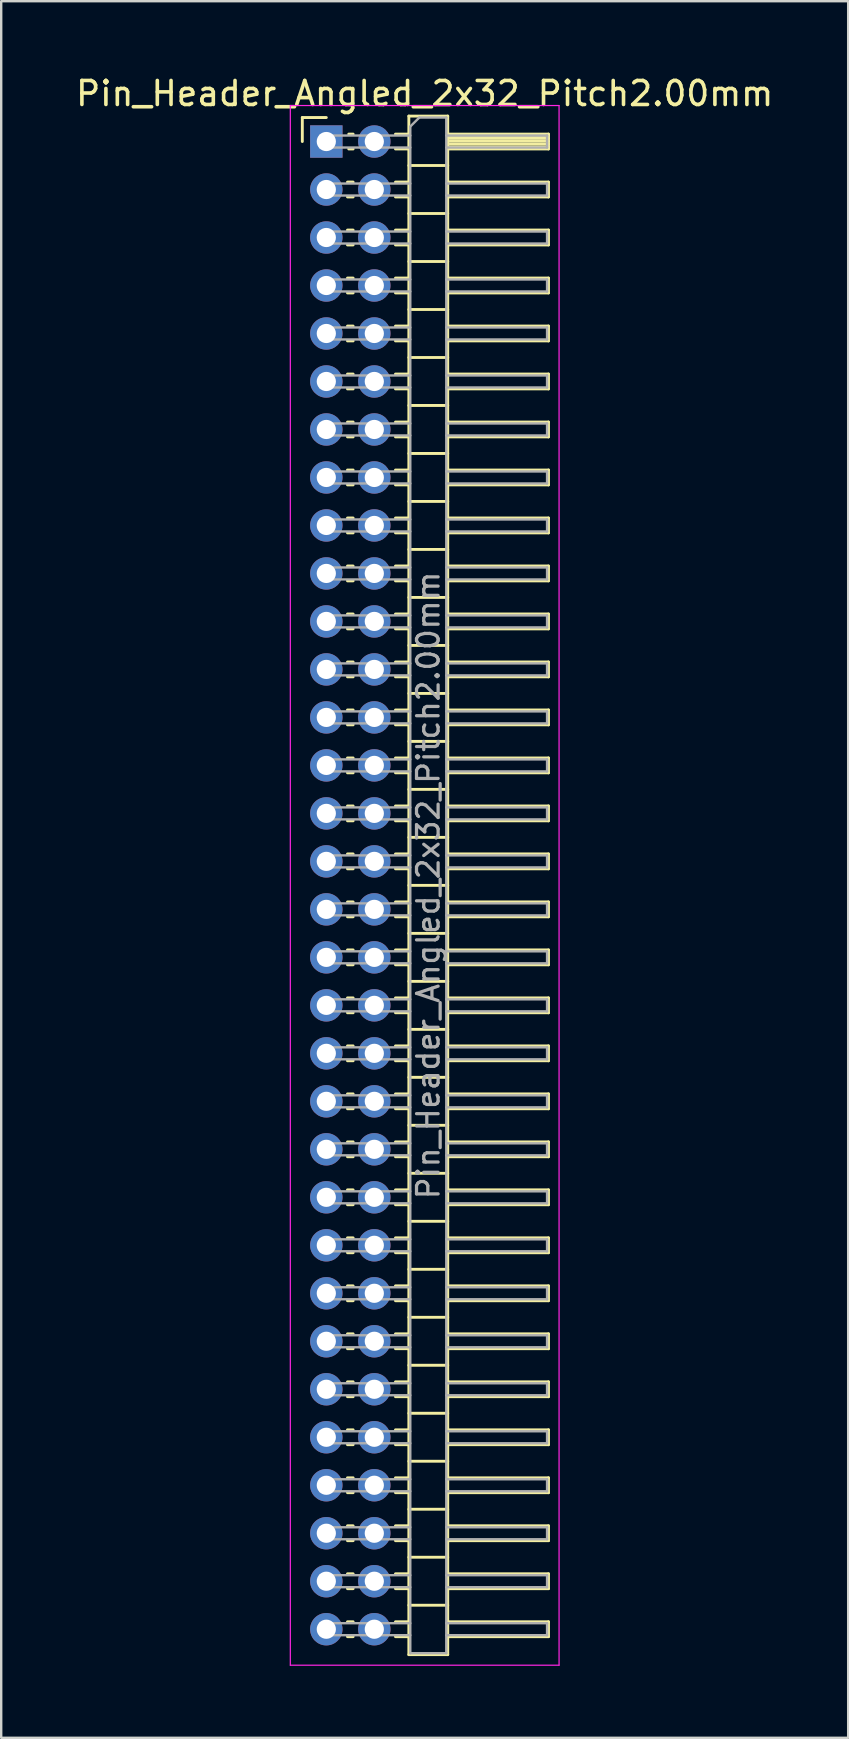
<source format=kicad_pcb>
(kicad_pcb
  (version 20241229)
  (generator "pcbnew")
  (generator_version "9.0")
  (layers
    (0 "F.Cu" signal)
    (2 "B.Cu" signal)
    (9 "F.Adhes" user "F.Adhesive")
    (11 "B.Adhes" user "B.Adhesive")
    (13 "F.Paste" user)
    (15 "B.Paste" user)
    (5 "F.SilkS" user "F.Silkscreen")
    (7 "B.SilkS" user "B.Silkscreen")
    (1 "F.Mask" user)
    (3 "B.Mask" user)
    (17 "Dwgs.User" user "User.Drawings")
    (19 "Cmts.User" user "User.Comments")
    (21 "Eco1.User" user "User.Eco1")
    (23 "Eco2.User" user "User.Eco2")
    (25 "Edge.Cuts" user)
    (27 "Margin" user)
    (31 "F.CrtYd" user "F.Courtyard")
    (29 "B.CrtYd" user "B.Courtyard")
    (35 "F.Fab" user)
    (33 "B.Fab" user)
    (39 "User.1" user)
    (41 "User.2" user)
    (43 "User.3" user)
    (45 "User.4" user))
  (footprint "Pin_Header_Angled_2x32_Pitch2.00mm"
    (layer "F.Cu")
    (at 10.549 2.848)
    (property "Reference" "Pin_Header_Angled_2x32_Pitch2.00mm" (at 4.1 -2 0) (layer "F.SilkS") (effects (font (size 1 1) (thickness 0.15))))
    (attr through_hole)
    (fp_line (start -1 -1) (end 0 -1) (stroke (width 0.12) (type solid)) (layer "F.SilkS"))
    (fp_line (start -1 0) (end -1 -1) (stroke (width 0.12) (type solid)) (layer "F.SilkS"))
    (fp_line (start 0.882 1.69) (end 1.118 1.69) (stroke (width 0.12) (type solid)) (layer "F.SilkS"))
    (fp_line (start 0.882 2.31) (end 1.118 2.31) (stroke (width 0.12) (type solid)) (layer "F.SilkS"))
    (fp_line (start 0.882 3.69) (end 1.118 3.69) (stroke (width 0.12) (type solid)) (layer "F.SilkS"))
    (fp_line (start 0.882 4.31) (end 1.118 4.31) (stroke (width 0.12) (type solid)) (layer "F.SilkS"))
    (fp_line (start 0.882 5.69) (end 1.118 5.69) (stroke (width 0.12) (type solid)) (layer "F.SilkS"))
    (fp_line (start 0.882 6.31) (end 1.118 6.31) (stroke (width 0.12) (type solid)) (layer "F.SilkS"))
    (fp_line (start 0.882 7.69) (end 1.118 7.69) (stroke (width 0.12) (type solid)) (layer "F.SilkS"))
    (fp_line (start 0.882 8.31) (end 1.118 8.31) (stroke (width 0.12) (type solid)) (layer "F.SilkS"))
    (fp_line (start 0.882 9.69) (end 1.118 9.69) (stroke (width 0.12) (type solid)) (layer "F.SilkS"))
    (fp_line (start 0.882 10.31) (end 1.118 10.31) (stroke (width 0.12) (type solid)) (layer "F.SilkS"))
    (fp_line (start 0.882 11.69) (end 1.118 11.69) (stroke (width 0.12) (type solid)) (layer "F.SilkS"))
    (fp_line (start 0.882 12.31) (end 1.118 12.31) (stroke (width 0.12) (type solid)) (layer "F.SilkS"))
    (fp_line (start 0.882 13.69) (end 1.118 13.69) (stroke (width 0.12) (type solid)) (layer "F.SilkS"))
    (fp_line (start 0.882 14.31) (end 1.118 14.31) (stroke (width 0.12) (type solid)) (layer "F.SilkS"))
    (fp_line (start 0.882 15.69) (end 1.118 15.69) (stroke (width 0.12) (type solid)) (layer "F.SilkS"))
    (fp_line (start 0.882 16.31) (end 1.118 16.31) (stroke (width 0.12) (type solid)) (layer "F.SilkS"))
    (fp_line (start 0.882 17.69) (end 1.118 17.69) (stroke (width 0.12) (type solid)) (layer "F.SilkS"))
    (fp_line (start 0.882 18.31) (end 1.118 18.31) (stroke (width 0.12) (type solid)) (layer "F.SilkS"))
    (fp_line (start 0.882 19.69) (end 1.118 19.69) (stroke (width 0.12) (type solid)) (layer "F.SilkS"))
    (fp_line (start 0.882 20.31) (end 1.118 20.31) (stroke (width 0.12) (type solid)) (layer "F.SilkS"))
    (fp_line (start 0.882 21.69) (end 1.118 21.69) (stroke (width 0.12) (type solid)) (layer "F.SilkS"))
    (fp_line (start 0.882 22.31) (end 1.118 22.31) (stroke (width 0.12) (type solid)) (layer "F.SilkS"))
    (fp_line (start 0.882 23.69) (end 1.118 23.69) (stroke (width 0.12) (type solid)) (layer "F.SilkS"))
    (fp_line (start 0.882 24.31) (end 1.118 24.31) (stroke (width 0.12) (type solid)) (layer "F.SilkS"))
    (fp_line (start 0.882 25.69) (end 1.118 25.69) (stroke (width 0.12) (type solid)) (layer "F.SilkS"))
    (fp_line (start 0.882 26.31) (end 1.118 26.31) (stroke (width 0.12) (type solid)) (layer "F.SilkS"))
    (fp_line (start 0.882 27.69) (end 1.118 27.69) (stroke (width 0.12) (type solid)) (layer "F.SilkS"))
    (fp_line (start 0.882 28.31) (end 1.118 28.31) (stroke (width 0.12) (type solid)) (layer "F.SilkS"))
    (fp_line (start 0.882 29.69) (end 1.118 29.69) (stroke (width 0.12) (type solid)) (layer "F.SilkS"))
    (fp_line (start 0.882 30.31) (end 1.118 30.31) (stroke (width 0.12) (type solid)) (layer "F.SilkS"))
    (fp_line (start 0.882 31.69) (end 1.118 31.69) (stroke (width 0.12) (type solid)) (layer "F.SilkS"))
    (fp_line (start 0.882 32.31) (end 1.118 32.31) (stroke (width 0.12) (type solid)) (layer "F.SilkS"))
    (fp_line (start 0.882 33.69) (end 1.118 33.69) (stroke (width 0.12) (type solid)) (layer "F.SilkS"))
    (fp_line (start 0.882 34.31) (end 1.118 34.31) (stroke (width 0.12) (type solid)) (layer "F.SilkS"))
    (fp_line (start 0.882 35.69) (end 1.118 35.69) (stroke (width 0.12) (type solid)) (layer "F.SilkS"))
    (fp_line (start 0.882 36.31) (end 1.118 36.31) (stroke (width 0.12) (type solid)) (layer "F.SilkS"))
    (fp_line (start 0.882 37.69) (end 1.118 37.69) (stroke (width 0.12) (type solid)) (layer "F.SilkS"))
    (fp_line (start 0.882 38.31) (end 1.118 38.31) (stroke (width 0.12) (type solid)) (layer "F.SilkS"))
    (fp_line (start 0.882 39.69) (end 1.118 39.69) (stroke (width 0.12) (type solid)) (layer "F.SilkS"))
    (fp_line (start 0.882 40.31) (end 1.118 40.31) (stroke (width 0.12) (type solid)) (layer "F.SilkS"))
    (fp_line (start 0.882 41.69) (end 1.118 41.69) (stroke (width 0.12) (type solid)) (layer "F.SilkS"))
    (fp_line (start 0.882 42.31) (end 1.118 42.31) (stroke (width 0.12) (type solid)) (layer "F.SilkS"))
    (fp_line (start 0.882 43.69) (end 1.118 43.69) (stroke (width 0.12) (type solid)) (layer "F.SilkS"))
    (fp_line (start 0.882 44.31) (end 1.118 44.31) (stroke (width 0.12) (type solid)) (layer "F.SilkS"))
    (fp_line (start 0.882 45.69) (end 1.118 45.69) (stroke (width 0.12) (type solid)) (layer "F.SilkS"))
    (fp_line (start 0.882 46.31) (end 1.118 46.31) (stroke (width 0.12) (type solid)) (layer "F.SilkS"))
    (fp_line (start 0.882 47.69) (end 1.118 47.69) (stroke (width 0.12) (type solid)) (layer "F.SilkS"))
    (fp_line (start 0.882 48.31) (end 1.118 48.31) (stroke (width 0.12) (type solid)) (layer "F.SilkS"))
    (fp_line (start 0.882 49.69) (end 1.118 49.69) (stroke (width 0.12) (type solid)) (layer "F.SilkS"))
    (fp_line (start 0.882 50.31) (end 1.118 50.31) (stroke (width 0.12) (type solid)) (layer "F.SilkS"))
    (fp_line (start 0.882 51.69) (end 1.118 51.69) (stroke (width 0.12) (type solid)) (layer "F.SilkS"))
    (fp_line (start 0.882 52.31) (end 1.118 52.31) (stroke (width 0.12) (type solid)) (layer "F.SilkS"))
    (fp_line (start 0.882 53.69) (end 1.118 53.69) (stroke (width 0.12) (type solid)) (layer "F.SilkS"))
    (fp_line (start 0.882 54.31) (end 1.118 54.31) (stroke (width 0.12) (type solid)) (layer "F.SilkS"))
    (fp_line (start 0.882 55.69) (end 1.118 55.69) (stroke (width 0.12) (type solid)) (layer "F.SilkS"))
    (fp_line (start 0.882 56.31) (end 1.118 56.31) (stroke (width 0.12) (type solid)) (layer "F.SilkS"))
    (fp_line (start 0.882 57.69) (end 1.118 57.69) (stroke (width 0.12) (type solid)) (layer "F.SilkS"))
    (fp_line (start 0.882 58.31) (end 1.118 58.31) (stroke (width 0.12) (type solid)) (layer "F.SilkS"))
    (fp_line (start 0.882 59.69) (end 1.118 59.69) (stroke (width 0.12) (type solid)) (layer "F.SilkS"))
    (fp_line (start 0.882 60.31) (end 1.118 60.31) (stroke (width 0.12) (type solid)) (layer "F.SilkS"))
    (fp_line (start 0.882 61.69) (end 1.118 61.69) (stroke (width 0.12) (type solid)) (layer "F.SilkS"))
    (fp_line (start 0.882 62.31) (end 1.118 62.31) (stroke (width 0.12) (type solid)) (layer "F.SilkS"))
    (fp_line (start 0.935 -0.31) (end 1.118 -0.31) (stroke (width 0.12) (type solid)) (layer "F.SilkS"))
    (fp_line (start 0.935 0.31) (end 1.118 0.31) (stroke (width 0.12) (type solid)) (layer "F.SilkS"))
    (fp_line (start 2.882 -0.31) (end 3.44 -0.31) (stroke (width 0.12) (type solid)) (layer "F.SilkS"))
    (fp_line (start 2.882 0.31) (end 3.44 0.31) (stroke (width 0.12) (type solid)) (layer "F.SilkS"))
    (fp_line (start 2.882 1.69) (end 3.44 1.69) (stroke (width 0.12) (type solid)) (layer "F.SilkS"))
    (fp_line (start 2.882 2.31) (end 3.44 2.31) (stroke (width 0.12) (type solid)) (layer "F.SilkS"))
    (fp_line (start 2.882 3.69) (end 3.44 3.69) (stroke (width 0.12) (type solid)) (layer "F.SilkS"))
    (fp_line (start 2.882 4.31) (end 3.44 4.31) (stroke (width 0.12) (type solid)) (layer "F.SilkS"))
    (fp_line (start 2.882 5.69) (end 3.44 5.69) (stroke (width 0.12) (type solid)) (layer "F.SilkS"))
    (fp_line (start 2.882 6.31) (end 3.44 6.31) (stroke (width 0.12) (type solid)) (layer "F.SilkS"))
    (fp_line (start 2.882 7.69) (end 3.44 7.69) (stroke (width 0.12) (type solid)) (layer "F.SilkS"))
    (fp_line (start 2.882 8.31) (end 3.44 8.31) (stroke (width 0.12) (type solid)) (layer "F.SilkS"))
    (fp_line (start 2.882 9.69) (end 3.44 9.69) (stroke (width 0.12) (type solid)) (layer "F.SilkS"))
    (fp_line (start 2.882 10.31) (end 3.44 10.31) (stroke (width 0.12) (type solid)) (layer "F.SilkS"))
    (fp_line (start 2.882 11.69) (end 3.44 11.69) (stroke (width 0.12) (type solid)) (layer "F.SilkS"))
    (fp_line (start 2.882 12.31) (end 3.44 12.31) (stroke (width 0.12) (type solid)) (layer "F.SilkS"))
    (fp_line (start 2.882 13.69) (end 3.44 13.69) (stroke (width 0.12) (type solid)) (layer "F.SilkS"))
    (fp_line (start 2.882 14.31) (end 3.44 14.31) (stroke (width 0.12) (type solid)) (layer "F.SilkS"))
    (fp_line (start 2.882 15.69) (end 3.44 15.69) (stroke (width 0.12) (type solid)) (layer "F.SilkS"))
    (fp_line (start 2.882 16.31) (end 3.44 16.31) (stroke (width 0.12) (type solid)) (layer "F.SilkS"))
    (fp_line (start 2.882 17.69) (end 3.44 17.69) (stroke (width 0.12) (type solid)) (layer "F.SilkS"))
    (fp_line (start 2.882 18.31) (end 3.44 18.31) (stroke (width 0.12) (type solid)) (layer "F.SilkS"))
    (fp_line (start 2.882 19.69) (end 3.44 19.69) (stroke (width 0.12) (type solid)) (layer "F.SilkS"))
    (fp_line (start 2.882 20.31) (end 3.44 20.31) (stroke (width 0.12) (type solid)) (layer "F.SilkS"))
    (fp_line (start 2.882 21.69) (end 3.44 21.69) (stroke (width 0.12) (type solid)) (layer "F.SilkS"))
    (fp_line (start 2.882 22.31) (end 3.44 22.31) (stroke (width 0.12) (type solid)) (layer "F.SilkS"))
    (fp_line (start 2.882 23.69) (end 3.44 23.69) (stroke (width 0.12) (type solid)) (layer "F.SilkS"))
    (fp_line (start 2.882 24.31) (end 3.44 24.31) (stroke (width 0.12) (type solid)) (layer "F.SilkS"))
    (fp_line (start 2.882 25.69) (end 3.44 25.69) (stroke (width 0.12) (type solid)) (layer "F.SilkS"))
    (fp_line (start 2.882 26.31) (end 3.44 26.31) (stroke (width 0.12) (type solid)) (layer "F.SilkS"))
    (fp_line (start 2.882 27.69) (end 3.44 27.69) (stroke (width 0.12) (type solid)) (layer "F.SilkS"))
    (fp_line (start 2.882 28.31) (end 3.44 28.31) (stroke (width 0.12) (type solid)) (layer "F.SilkS"))
    (fp_line (start 2.882 29.69) (end 3.44 29.69) (stroke (width 0.12) (type solid)) (layer "F.SilkS"))
    (fp_line (start 2.882 30.31) (end 3.44 30.31) (stroke (width 0.12) (type solid)) (layer "F.SilkS"))
    (fp_line (start 2.882 31.69) (end 3.44 31.69) (stroke (width 0.12) (type solid)) (layer "F.SilkS"))
    (fp_line (start 2.882 32.31) (end 3.44 32.31) (stroke (width 0.12) (type solid)) (layer "F.SilkS"))
    (fp_line (start 2.882 33.69) (end 3.44 33.69) (stroke (width 0.12) (type solid)) (layer "F.SilkS"))
    (fp_line (start 2.882 34.31) (end 3.44 34.31) (stroke (width 0.12) (type solid)) (layer "F.SilkS"))
    (fp_line (start 2.882 35.69) (end 3.44 35.69) (stroke (width 0.12) (type solid)) (layer "F.SilkS"))
    (fp_line (start 2.882 36.31) (end 3.44 36.31) (stroke (width 0.12) (type solid)) (layer "F.SilkS"))
    (fp_line (start 2.882 37.69) (end 3.44 37.69) (stroke (width 0.12) (type solid)) (layer "F.SilkS"))
    (fp_line (start 2.882 38.31) (end 3.44 38.31) (stroke (width 0.12) (type solid)) (layer "F.SilkS"))
    (fp_line (start 2.882 39.69) (end 3.44 39.69) (stroke (width 0.12) (type solid)) (layer "F.SilkS"))
    (fp_line (start 2.882 40.31) (end 3.44 40.31) (stroke (width 0.12) (type solid)) (layer "F.SilkS"))
    (fp_line (start 2.882 41.69) (end 3.44 41.69) (stroke (width 0.12) (type solid)) (layer "F.SilkS"))
    (fp_line (start 2.882 42.31) (end 3.44 42.31) (stroke (width 0.12) (type solid)) (layer "F.SilkS"))
    (fp_line (start 2.882 43.69) (end 3.44 43.69) (stroke (width 0.12) (type solid)) (layer "F.SilkS"))
    (fp_line (start 2.882 44.31) (end 3.44 44.31) (stroke (width 0.12) (type solid)) (layer "F.SilkS"))
    (fp_line (start 2.882 45.69) (end 3.44 45.69) (stroke (width 0.12) (type solid)) (layer "F.SilkS"))
    (fp_line (start 2.882 46.31) (end 3.44 46.31) (stroke (width 0.12) (type solid)) (layer "F.SilkS"))
    (fp_line (start 2.882 47.69) (end 3.44 47.69) (stroke (width 0.12) (type solid)) (layer "F.SilkS"))
    (fp_line (start 2.882 48.31) (end 3.44 48.31) (stroke (width 0.12) (type solid)) (layer "F.SilkS"))
    (fp_line (start 2.882 49.69) (end 3.44 49.69) (stroke (width 0.12) (type solid)) (layer "F.SilkS"))
    (fp_line (start 2.882 50.31) (end 3.44 50.31) (stroke (width 0.12) (type solid)) (layer "F.SilkS"))
    (fp_line (start 2.882 51.69) (end 3.44 51.69) (stroke (width 0.12) (type solid)) (layer "F.SilkS"))
    (fp_line (start 2.882 52.31) (end 3.44 52.31) (stroke (width 0.12) (type solid)) (layer "F.SilkS"))
    (fp_line (start 2.882 53.69) (end 3.44 53.69) (stroke (width 0.12) (type solid)) (layer "F.SilkS"))
    (fp_line (start 2.882 54.31) (end 3.44 54.31) (stroke (width 0.12) (type solid)) (layer "F.SilkS"))
    (fp_line (start 2.882 55.69) (end 3.44 55.69) (stroke (width 0.12) (type solid)) (layer "F.SilkS"))
    (fp_line (start 2.882 56.31) (end 3.44 56.31) (stroke (width 0.12) (type solid)) (layer "F.SilkS"))
    (fp_line (start 2.882 57.69) (end 3.44 57.69) (stroke (width 0.12) (type solid)) (layer "F.SilkS"))
    (fp_line (start 2.882 58.31) (end 3.44 58.31) (stroke (width 0.12) (type solid)) (layer "F.SilkS"))
    (fp_line (start 2.882 59.69) (end 3.44 59.69) (stroke (width 0.12) (type solid)) (layer "F.SilkS"))
    (fp_line (start 2.882 60.31) (end 3.44 60.31) (stroke (width 0.12) (type solid)) (layer "F.SilkS"))
    (fp_line (start 2.882 61.69) (end 3.44 61.69) (stroke (width 0.12) (type solid)) (layer "F.SilkS"))
    (fp_line (start 2.882 62.31) (end 3.44 62.31) (stroke (width 0.12) (type solid)) (layer "F.SilkS"))
    (fp_line (start 3.44 -1.06) (end 3.44 63.06) (stroke (width 0.12) (type solid)) (layer "F.SilkS"))
    (fp_line (start 3.44 1) (end 5.06 1) (stroke (width 0.12) (type solid)) (layer "F.SilkS"))
    (fp_line (start 3.44 3) (end 5.06 3) (stroke (width 0.12) (type solid)) (layer "F.SilkS"))
    (fp_line (start 3.44 5) (end 5.06 5) (stroke (width 0.12) (type solid)) (layer "F.SilkS"))
    (fp_line (start 3.44 7) (end 5.06 7) (stroke (width 0.12) (type solid)) (layer "F.SilkS"))
    (fp_line (start 3.44 9) (end 5.06 9) (stroke (width 0.12) (type solid)) (layer "F.SilkS"))
    (fp_line (start 3.44 11) (end 5.06 11) (stroke (width 0.12) (type solid)) (layer "F.SilkS"))
    (fp_line (start 3.44 13) (end 5.06 13) (stroke (width 0.12) (type solid)) (layer "F.SilkS"))
    (fp_line (start 3.44 15) (end 5.06 15) (stroke (width 0.12) (type solid)) (layer "F.SilkS"))
    (fp_line (start 3.44 17) (end 5.06 17) (stroke (width 0.12) (type solid)) (layer "F.SilkS"))
    (fp_line (start 3.44 19) (end 5.06 19) (stroke (width 0.12) (type solid)) (layer "F.SilkS"))
    (fp_line (start 3.44 21) (end 5.06 21) (stroke (width 0.12) (type solid)) (layer "F.SilkS"))
    (fp_line (start 3.44 23) (end 5.06 23) (stroke (width 0.12) (type solid)) (layer "F.SilkS"))
    (fp_line (start 3.44 25) (end 5.06 25) (stroke (width 0.12) (type solid)) (layer "F.SilkS"))
    (fp_line (start 3.44 27) (end 5.06 27) (stroke (width 0.12) (type solid)) (layer "F.SilkS"))
    (fp_line (start 3.44 29) (end 5.06 29) (stroke (width 0.12) (type solid)) (layer "F.SilkS"))
    (fp_line (start 3.44 31) (end 5.06 31) (stroke (width 0.12) (type solid)) (layer "F.SilkS"))
    (fp_line (start 3.44 33) (end 5.06 33) (stroke (width 0.12) (type solid)) (layer "F.SilkS"))
    (fp_line (start 3.44 35) (end 5.06 35) (stroke (width 0.12) (type solid)) (layer "F.SilkS"))
    (fp_line (start 3.44 37) (end 5.06 37) (stroke (width 0.12) (type solid)) (layer "F.SilkS"))
    (fp_line (start 3.44 39) (end 5.06 39) (stroke (width 0.12) (type solid)) (layer "F.SilkS"))
    (fp_line (start 3.44 41) (end 5.06 41) (stroke (width 0.12) (type solid)) (layer "F.SilkS"))
    (fp_line (start 3.44 43) (end 5.06 43) (stroke (width 0.12) (type solid)) (layer "F.SilkS"))
    (fp_line (start 3.44 45) (end 5.06 45) (stroke (width 0.12) (type solid)) (layer "F.SilkS"))
    (fp_line (start 3.44 47) (end 5.06 47) (stroke (width 0.12) (type solid)) (layer "F.SilkS"))
    (fp_line (start 3.44 49) (end 5.06 49) (stroke (width 0.12) (type solid)) (layer "F.SilkS"))
    (fp_line (start 3.44 51) (end 5.06 51) (stroke (width 0.12) (type solid)) (layer "F.SilkS"))
    (fp_line (start 3.44 53) (end 5.06 53) (stroke (width 0.12) (type solid)) (layer "F.SilkS"))
    (fp_line (start 3.44 55) (end 5.06 55) (stroke (width 0.12) (type solid)) (layer "F.SilkS"))
    (fp_line (start 3.44 57) (end 5.06 57) (stroke (width 0.12) (type solid)) (layer "F.SilkS"))
    (fp_line (start 3.44 59) (end 5.06 59) (stroke (width 0.12) (type solid)) (layer "F.SilkS"))
    (fp_line (start 3.44 61) (end 5.06 61) (stroke (width 0.12) (type solid)) (layer "F.SilkS"))
    (fp_line (start 3.44 63.06) (end 5.06 63.06) (stroke (width 0.12) (type solid)) (layer "F.SilkS"))
    (fp_line (start 5.06 -1.06) (end 3.44 -1.06) (stroke (width 0.12) (type solid)) (layer "F.SilkS"))
    (fp_line (start 5.06 -0.31) (end 9.26 -0.31) (stroke (width 0.12) (type solid)) (layer "F.SilkS"))
    (fp_line (start 5.06 -0.25) (end 9.26 -0.25) (stroke (width 0.12) (type solid)) (layer "F.SilkS"))
    (fp_line (start 5.06 -0.13) (end 9.26 -0.13) (stroke (width 0.12) (type solid)) (layer "F.SilkS"))
    (fp_line (start 5.06 -0.01) (end 9.26 -0.01) (stroke (width 0.12) (type solid)) (layer "F.SilkS"))
    (fp_line (start 5.06 0.11) (end 9.26 0.11) (stroke (width 0.12) (type solid)) (layer "F.SilkS"))
    (fp_line (start 5.06 0.23) (end 9.26 0.23) (stroke (width 0.12) (type solid)) (layer "F.SilkS"))
    (fp_line (start 5.06 1.69) (end 9.26 1.69) (stroke (width 0.12) (type solid)) (layer "F.SilkS"))
    (fp_line (start 5.06 3.69) (end 9.26 3.69) (stroke (width 0.12) (type solid)) (layer "F.SilkS"))
    (fp_line (start 5.06 5.69) (end 9.26 5.69) (stroke (width 0.12) (type solid)) (layer "F.SilkS"))
    (fp_line (start 5.06 7.69) (end 9.26 7.69) (stroke (width 0.12) (type solid)) (layer "F.SilkS"))
    (fp_line (start 5.06 9.69) (end 9.26 9.69) (stroke (width 0.12) (type solid)) (layer "F.SilkS"))
    (fp_line (start 5.06 11.69) (end 9.26 11.69) (stroke (width 0.12) (type solid)) (layer "F.SilkS"))
    (fp_line (start 5.06 13.69) (end 9.26 13.69) (stroke (width 0.12) (type solid)) (layer "F.SilkS"))
    (fp_line (start 5.06 15.69) (end 9.26 15.69) (stroke (width 0.12) (type solid)) (layer "F.SilkS"))
    (fp_line (start 5.06 17.69) (end 9.26 17.69) (stroke (width 0.12) (type solid)) (layer "F.SilkS"))
    (fp_line (start 5.06 19.69) (end 9.26 19.69) (stroke (width 0.12) (type solid)) (layer "F.SilkS"))
    (fp_line (start 5.06 21.69) (end 9.26 21.69) (stroke (width 0.12) (type solid)) (layer "F.SilkS"))
    (fp_line (start 5.06 23.69) (end 9.26 23.69) (stroke (width 0.12) (type solid)) (layer "F.SilkS"))
    (fp_line (start 5.06 25.69) (end 9.26 25.69) (stroke (width 0.12) (type solid)) (layer "F.SilkS"))
    (fp_line (start 5.06 27.69) (end 9.26 27.69) (stroke (width 0.12) (type solid)) (layer "F.SilkS"))
    (fp_line (start 5.06 29.69) (end 9.26 29.69) (stroke (width 0.12) (type solid)) (layer "F.SilkS"))
    (fp_line (start 5.06 31.69) (end 9.26 31.69) (stroke (width 0.12) (type solid)) (layer "F.SilkS"))
    (fp_line (start 5.06 33.69) (end 9.26 33.69) (stroke (width 0.12) (type solid)) (layer "F.SilkS"))
    (fp_line (start 5.06 35.69) (end 9.26 35.69) (stroke (width 0.12) (type solid)) (layer "F.SilkS"))
    (fp_line (start 5.06 37.69) (end 9.26 37.69) (stroke (width 0.12) (type solid)) (layer "F.SilkS"))
    (fp_line (start 5.06 39.69) (end 9.26 39.69) (stroke (width 0.12) (type solid)) (layer "F.SilkS"))
    (fp_line (start 5.06 41.69) (end 9.26 41.69) (stroke (width 0.12) (type solid)) (layer "F.SilkS"))
    (fp_line (start 5.06 43.69) (end 9.26 43.69) (stroke (width 0.12) (type solid)) (layer "F.SilkS"))
    (fp_line (start 5.06 45.69) (end 9.26 45.69) (stroke (width 0.12) (type solid)) (layer "F.SilkS"))
    (fp_line (start 5.06 47.69) (end 9.26 47.69) (stroke (width 0.12) (type solid)) (layer "F.SilkS"))
    (fp_line (start 5.06 49.69) (end 9.26 49.69) (stroke (width 0.12) (type solid)) (layer "F.SilkS"))
    (fp_line (start 5.06 51.69) (end 9.26 51.69) (stroke (width 0.12) (type solid)) (layer "F.SilkS"))
    (fp_line (start 5.06 53.69) (end 9.26 53.69) (stroke (width 0.12) (type solid)) (layer "F.SilkS"))
    (fp_line (start 5.06 55.69) (end 9.26 55.69) (stroke (width 0.12) (type solid)) (layer "F.SilkS"))
    (fp_line (start 5.06 57.69) (end 9.26 57.69) (stroke (width 0.12) (type solid)) (layer "F.SilkS"))
    (fp_line (start 5.06 59.69) (end 9.26 59.69) (stroke (width 0.12) (type solid)) (layer "F.SilkS"))
    (fp_line (start 5.06 61.69) (end 9.26 61.69) (stroke (width 0.12) (type solid)) (layer "F.SilkS"))
    (fp_line (start 5.06 63.06) (end 5.06 -1.06) (stroke (width 0.12) (type solid)) (layer "F.SilkS"))
    (fp_line (start 9.26 -0.31) (end 9.26 0.31) (stroke (width 0.12) (type solid)) (layer "F.SilkS"))
    (fp_line (start 9.26 0.31) (end 5.06 0.31) (stroke (width 0.12) (type solid)) (layer "F.SilkS"))
    (fp_line (start 9.26 1.69) (end 9.26 2.31) (stroke (width 0.12) (type solid)) (layer "F.SilkS"))
    (fp_line (start 9.26 2.31) (end 5.06 2.31) (stroke (width 0.12) (type solid)) (layer "F.SilkS"))
    (fp_line (start 9.26 3.69) (end 9.26 4.31) (stroke (width 0.12) (type solid)) (layer "F.SilkS"))
    (fp_line (start 9.26 4.31) (end 5.06 4.31) (stroke (width 0.12) (type solid)) (layer "F.SilkS"))
    (fp_line (start 9.26 5.69) (end 9.26 6.31) (stroke (width 0.12) (type solid)) (layer "F.SilkS"))
    (fp_line (start 9.26 6.31) (end 5.06 6.31) (stroke (width 0.12) (type solid)) (layer "F.SilkS"))
    (fp_line (start 9.26 7.69) (end 9.26 8.31) (stroke (width 0.12) (type solid)) (layer "F.SilkS"))
    (fp_line (start 9.26 8.31) (end 5.06 8.31) (stroke (width 0.12) (type solid)) (layer "F.SilkS"))
    (fp_line (start 9.26 9.69) (end 9.26 10.31) (stroke (width 0.12) (type solid)) (layer "F.SilkS"))
    (fp_line (start 9.26 10.31) (end 5.06 10.31) (stroke (width 0.12) (type solid)) (layer "F.SilkS"))
    (fp_line (start 9.26 11.69) (end 9.26 12.31) (stroke (width 0.12) (type solid)) (layer "F.SilkS"))
    (fp_line (start 9.26 12.31) (end 5.06 12.31) (stroke (width 0.12) (type solid)) (layer "F.SilkS"))
    (fp_line (start 9.26 13.69) (end 9.26 14.31) (stroke (width 0.12) (type solid)) (layer "F.SilkS"))
    (fp_line (start 9.26 14.31) (end 5.06 14.31) (stroke (width 0.12) (type solid)) (layer "F.SilkS"))
    (fp_line (start 9.26 15.69) (end 9.26 16.31) (stroke (width 0.12) (type solid)) (layer "F.SilkS"))
    (fp_line (start 9.26 16.31) (end 5.06 16.31) (stroke (width 0.12) (type solid)) (layer "F.SilkS"))
    (fp_line (start 9.26 17.69) (end 9.26 18.31) (stroke (width 0.12) (type solid)) (layer "F.SilkS"))
    (fp_line (start 9.26 18.31) (end 5.06 18.31) (stroke (width 0.12) (type solid)) (layer "F.SilkS"))
    (fp_line (start 9.26 19.69) (end 9.26 20.31) (stroke (width 0.12) (type solid)) (layer "F.SilkS"))
    (fp_line (start 9.26 20.31) (end 5.06 20.31) (stroke (width 0.12) (type solid)) (layer "F.SilkS"))
    (fp_line (start 9.26 21.69) (end 9.26 22.31) (stroke (width 0.12) (type solid)) (layer "F.SilkS"))
    (fp_line (start 9.26 22.31) (end 5.06 22.31) (stroke (width 0.12) (type solid)) (layer "F.SilkS"))
    (fp_line (start 9.26 23.69) (end 9.26 24.31) (stroke (width 0.12) (type solid)) (layer "F.SilkS"))
    (fp_line (start 9.26 24.31) (end 5.06 24.31) (stroke (width 0.12) (type solid)) (layer "F.SilkS"))
    (fp_line (start 9.26 25.69) (end 9.26 26.31) (stroke (width 0.12) (type solid)) (layer "F.SilkS"))
    (fp_line (start 9.26 26.31) (end 5.06 26.31) (stroke (width 0.12) (type solid)) (layer "F.SilkS"))
    (fp_line (start 9.26 27.69) (end 9.26 28.31) (stroke (width 0.12) (type solid)) (layer "F.SilkS"))
    (fp_line (start 9.26 28.31) (end 5.06 28.31) (stroke (width 0.12) (type solid)) (layer "F.SilkS"))
    (fp_line (start 9.26 29.69) (end 9.26 30.31) (stroke (width 0.12) (type solid)) (layer "F.SilkS"))
    (fp_line (start 9.26 30.31) (end 5.06 30.31) (stroke (width 0.12) (type solid)) (layer "F.SilkS"))
    (fp_line (start 9.26 31.69) (end 9.26 32.31) (stroke (width 0.12) (type solid)) (layer "F.SilkS"))
    (fp_line (start 9.26 32.31) (end 5.06 32.31) (stroke (width 0.12) (type solid)) (layer "F.SilkS"))
    (fp_line (start 9.26 33.69) (end 9.26 34.31) (stroke (width 0.12) (type solid)) (layer "F.SilkS"))
    (fp_line (start 9.26 34.31) (end 5.06 34.31) (stroke (width 0.12) (type solid)) (layer "F.SilkS"))
    (fp_line (start 9.26 35.69) (end 9.26 36.31) (stroke (width 0.12) (type solid)) (layer "F.SilkS"))
    (fp_line (start 9.26 36.31) (end 5.06 36.31) (stroke (width 0.12) (type solid)) (layer "F.SilkS"))
    (fp_line (start 9.26 37.69) (end 9.26 38.31) (stroke (width 0.12) (type solid)) (layer "F.SilkS"))
    (fp_line (start 9.26 38.31) (end 5.06 38.31) (stroke (width 0.12) (type solid)) (layer "F.SilkS"))
    (fp_line (start 9.26 39.69) (end 9.26 40.31) (stroke (width 0.12) (type solid)) (layer "F.SilkS"))
    (fp_line (start 9.26 40.31) (end 5.06 40.31) (stroke (width 0.12) (type solid)) (layer "F.SilkS"))
    (fp_line (start 9.26 41.69) (end 9.26 42.31) (stroke (width 0.12) (type solid)) (layer "F.SilkS"))
    (fp_line (start 9.26 42.31) (end 5.06 42.31) (stroke (width 0.12) (type solid)) (layer "F.SilkS"))
    (fp_line (start 9.26 43.69) (end 9.26 44.31) (stroke (width 0.12) (type solid)) (layer "F.SilkS"))
    (fp_line (start 9.26 44.31) (end 5.06 44.31) (stroke (width 0.12) (type solid)) (layer "F.SilkS"))
    (fp_line (start 9.26 45.69) (end 9.26 46.31) (stroke (width 0.12) (type solid)) (layer "F.SilkS"))
    (fp_line (start 9.26 46.31) (end 5.06 46.31) (stroke (width 0.12) (type solid)) (layer "F.SilkS"))
    (fp_line (start 9.26 47.69) (end 9.26 48.31) (stroke (width 0.12) (type solid)) (layer "F.SilkS"))
    (fp_line (start 9.26 48.31) (end 5.06 48.31) (stroke (width 0.12) (type solid)) (layer "F.SilkS"))
    (fp_line (start 9.26 49.69) (end 9.26 50.31) (stroke (width 0.12) (type solid)) (layer "F.SilkS"))
    (fp_line (start 9.26 50.31) (end 5.06 50.31) (stroke (width 0.12) (type solid)) (layer "F.SilkS"))
    (fp_line (start 9.26 51.69) (end 9.26 52.31) (stroke (width 0.12) (type solid)) (layer "F.SilkS"))
    (fp_line (start 9.26 52.31) (end 5.06 52.31) (stroke (width 0.12) (type solid)) (layer "F.SilkS"))
    (fp_line (start 9.26 53.69) (end 9.26 54.31) (stroke (width 0.12) (type solid)) (layer "F.SilkS"))
    (fp_line (start 9.26 54.31) (end 5.06 54.31) (stroke (width 0.12) (type solid)) (layer "F.SilkS"))
    (fp_line (start 9.26 55.69) (end 9.26 56.31) (stroke (width 0.12) (type solid)) (layer "F.SilkS"))
    (fp_line (start 9.26 56.31) (end 5.06 56.31) (stroke (width 0.12) (type solid)) (layer "F.SilkS"))
    (fp_line (start 9.26 57.69) (end 9.26 58.31) (stroke (width 0.12) (type solid)) (layer "F.SilkS"))
    (fp_line (start 9.26 58.31) (end 5.06 58.31) (stroke (width 0.12) (type solid)) (layer "F.SilkS"))
    (fp_line (start 9.26 59.69) (end 9.26 60.31) (stroke (width 0.12) (type solid)) (layer "F.SilkS"))
    (fp_line (start 9.26 60.31) (end 5.06 60.31) (stroke (width 0.12) (type solid)) (layer "F.SilkS"))
    (fp_line (start 9.26 61.69) (end 9.26 62.31) (stroke (width 0.12) (type solid)) (layer "F.SilkS"))
    (fp_line (start 9.26 62.31) (end 5.06 62.31) (stroke (width 0.12) (type solid)) (layer "F.SilkS"))
    (fp_line (start -1.5 -1.5) (end -1.5 63.5) (stroke (width 0.05) (type solid)) (layer "F.CrtYd"))
    (fp_line (start -1.5 63.5) (end 9.7 63.5) (stroke (width 0.05) (type solid)) (layer "F.CrtYd"))
    (fp_line (start 9.7 -1.5) (end -1.5 -1.5) (stroke (width 0.05) (type solid)) (layer "F.CrtYd"))
    (fp_line (start 9.7 63.5) (end 9.7 -1.5) (stroke (width 0.05) (type solid)) (layer "F.CrtYd"))
    (fp_line (start -0.25 -0.25) (end -0.25 0.25) (stroke (width 0.1) (type solid)) (layer "F.Fab"))
    (fp_line (start -0.25 -0.25) (end 3.5 -0.25) (stroke (width 0.1) (type solid)) (layer "F.Fab"))
    (fp_line (start -0.25 0.25) (end 3.5 0.25) (stroke (width 0.1) (type solid)) (layer "F.Fab"))
    (fp_line (start -0.25 1.75) (end -0.25 2.25) (stroke (width 0.1) (type solid)) (layer "F.Fab"))
    (fp_line (start -0.25 1.75) (end 3.5 1.75) (stroke (width 0.1) (type solid)) (layer "F.Fab"))
    (fp_line (start -0.25 2.25) (end 3.5 2.25) (stroke (width 0.1) (type solid)) (layer "F.Fab"))
    (fp_line (start -0.25 3.75) (end -0.25 4.25) (stroke (width 0.1) (type solid)) (layer "F.Fab"))
    (fp_line (start -0.25 3.75) (end 3.5 3.75) (stroke (width 0.1) (type solid)) (layer "F.Fab"))
    (fp_line (start -0.25 4.25) (end 3.5 4.25) (stroke (width 0.1) (type solid)) (layer "F.Fab"))
    (fp_line (start -0.25 5.75) (end -0.25 6.25) (stroke (width 0.1) (type solid)) (layer "F.Fab"))
    (fp_line (start -0.25 5.75) (end 3.5 5.75) (stroke (width 0.1) (type solid)) (layer "F.Fab"))
    (fp_line (start -0.25 6.25) (end 3.5 6.25) (stroke (width 0.1) (type solid)) (layer "F.Fab"))
    (fp_line (start -0.25 7.75) (end -0.25 8.25) (stroke (width 0.1) (type solid)) (layer "F.Fab"))
    (fp_line (start -0.25 7.75) (end 3.5 7.75) (stroke (width 0.1) (type solid)) (layer "F.Fab"))
    (fp_line (start -0.25 8.25) (end 3.5 8.25) (stroke (width 0.1) (type solid)) (layer "F.Fab"))
    (fp_line (start -0.25 9.75) (end -0.25 10.25) (stroke (width 0.1) (type solid)) (layer "F.Fab"))
    (fp_line (start -0.25 9.75) (end 3.5 9.75) (stroke (width 0.1) (type solid)) (layer "F.Fab"))
    (fp_line (start -0.25 10.25) (end 3.5 10.25) (stroke (width 0.1) (type solid)) (layer "F.Fab"))
    (fp_line (start -0.25 11.75) (end -0.25 12.25) (stroke (width 0.1) (type solid)) (layer "F.Fab"))
    (fp_line (start -0.25 11.75) (end 3.5 11.75) (stroke (width 0.1) (type solid)) (layer "F.Fab"))
    (fp_line (start -0.25 12.25) (end 3.5 12.25) (stroke (width 0.1) (type solid)) (layer "F.Fab"))
    (fp_line (start -0.25 13.75) (end -0.25 14.25) (stroke (width 0.1) (type solid)) (layer "F.Fab"))
    (fp_line (start -0.25 13.75) (end 3.5 13.75) (stroke (width 0.1) (type solid)) (layer "F.Fab"))
    (fp_line (start -0.25 14.25) (end 3.5 14.25) (stroke (width 0.1) (type solid)) (layer "F.Fab"))
    (fp_line (start -0.25 15.75) (end -0.25 16.25) (stroke (width 0.1) (type solid)) (layer "F.Fab"))
    (fp_line (start -0.25 15.75) (end 3.5 15.75) (stroke (width 0.1) (type solid)) (layer "F.Fab"))
    (fp_line (start -0.25 16.25) (end 3.5 16.25) (stroke (width 0.1) (type solid)) (layer "F.Fab"))
    (fp_line (start -0.25 17.75) (end -0.25 18.25) (stroke (width 0.1) (type solid)) (layer "F.Fab"))
    (fp_line (start -0.25 17.75) (end 3.5 17.75) (stroke (width 0.1) (type solid)) (layer "F.Fab"))
    (fp_line (start -0.25 18.25) (end 3.5 18.25) (stroke (width 0.1) (type solid)) (layer "F.Fab"))
    (fp_line (start -0.25 19.75) (end -0.25 20.25) (stroke (width 0.1) (type solid)) (layer "F.Fab"))
    (fp_line (start -0.25 19.75) (end 3.5 19.75) (stroke (width 0.1) (type solid)) (layer "F.Fab"))
    (fp_line (start -0.25 20.25) (end 3.5 20.25) (stroke (width 0.1) (type solid)) (layer "F.Fab"))
    (fp_line (start -0.25 21.75) (end -0.25 22.25) (stroke (width 0.1) (type solid)) (layer "F.Fab"))
    (fp_line (start -0.25 21.75) (end 3.5 21.75) (stroke (width 0.1) (type solid)) (layer "F.Fab"))
    (fp_line (start -0.25 22.25) (end 3.5 22.25) (stroke (width 0.1) (type solid)) (layer "F.Fab"))
    (fp_line (start -0.25 23.75) (end -0.25 24.25) (stroke (width 0.1) (type solid)) (layer "F.Fab"))
    (fp_line (start -0.25 23.75) (end 3.5 23.75) (stroke (width 0.1) (type solid)) (layer "F.Fab"))
    (fp_line (start -0.25 24.25) (end 3.5 24.25) (stroke (width 0.1) (type solid)) (layer "F.Fab"))
    (fp_line (start -0.25 25.75) (end -0.25 26.25) (stroke (width 0.1) (type solid)) (layer "F.Fab"))
    (fp_line (start -0.25 25.75) (end 3.5 25.75) (stroke (width 0.1) (type solid)) (layer "F.Fab"))
    (fp_line (start -0.25 26.25) (end 3.5 26.25) (stroke (width 0.1) (type solid)) (layer "F.Fab"))
    (fp_line (start -0.25 27.75) (end -0.25 28.25) (stroke (width 0.1) (type solid)) (layer "F.Fab"))
    (fp_line (start -0.25 27.75) (end 3.5 27.75) (stroke (width 0.1) (type solid)) (layer "F.Fab"))
    (fp_line (start -0.25 28.25) (end 3.5 28.25) (stroke (width 0.1) (type solid)) (layer "F.Fab"))
    (fp_line (start -0.25 29.75) (end -0.25 30.25) (stroke (width 0.1) (type solid)) (layer "F.Fab"))
    (fp_line (start -0.25 29.75) (end 3.5 29.75) (stroke (width 0.1) (type solid)) (layer "F.Fab"))
    (fp_line (start -0.25 30.25) (end 3.5 30.25) (stroke (width 0.1) (type solid)) (layer "F.Fab"))
    (fp_line (start -0.25 31.75) (end -0.25 32.25) (stroke (width 0.1) (type solid)) (layer "F.Fab"))
    (fp_line (start -0.25 31.75) (end 3.5 31.75) (stroke (width 0.1) (type solid)) (layer "F.Fab"))
    (fp_line (start -0.25 32.25) (end 3.5 32.25) (stroke (width 0.1) (type solid)) (layer "F.Fab"))
    (fp_line (start -0.25 33.75) (end -0.25 34.25) (stroke (width 0.1) (type solid)) (layer "F.Fab"))
    (fp_line (start -0.25 33.75) (end 3.5 33.75) (stroke (width 0.1) (type solid)) (layer "F.Fab"))
    (fp_line (start -0.25 34.25) (end 3.5 34.25) (stroke (width 0.1) (type solid)) (layer "F.Fab"))
    (fp_line (start -0.25 35.75) (end -0.25 36.25) (stroke (width 0.1) (type solid)) (layer "F.Fab"))
    (fp_line (start -0.25 35.75) (end 3.5 35.75) (stroke (width 0.1) (type solid)) (layer "F.Fab"))
    (fp_line (start -0.25 36.25) (end 3.5 36.25) (stroke (width 0.1) (type solid)) (layer "F.Fab"))
    (fp_line (start -0.25 37.75) (end -0.25 38.25) (stroke (width 0.1) (type solid)) (layer "F.Fab"))
    (fp_line (start -0.25 37.75) (end 3.5 37.75) (stroke (width 0.1) (type solid)) (layer "F.Fab"))
    (fp_line (start -0.25 38.25) (end 3.5 38.25) (stroke (width 0.1) (type solid)) (layer "F.Fab"))
    (fp_line (start -0.25 39.75) (end -0.25 40.25) (stroke (width 0.1) (type solid)) (layer "F.Fab"))
    (fp_line (start -0.25 39.75) (end 3.5 39.75) (stroke (width 0.1) (type solid)) (layer "F.Fab"))
    (fp_line (start -0.25 40.25) (end 3.5 40.25) (stroke (width 0.1) (type solid)) (layer "F.Fab"))
    (fp_line (start -0.25 41.75) (end -0.25 42.25) (stroke (width 0.1) (type solid)) (layer "F.Fab"))
    (fp_line (start -0.25 41.75) (end 3.5 41.75) (stroke (width 0.1) (type solid)) (layer "F.Fab"))
    (fp_line (start -0.25 42.25) (end 3.5 42.25) (stroke (width 0.1) (type solid)) (layer "F.Fab"))
    (fp_line (start -0.25 43.75) (end -0.25 44.25) (stroke (width 0.1) (type solid)) (layer "F.Fab"))
    (fp_line (start -0.25 43.75) (end 3.5 43.75) (stroke (width 0.1) (type solid)) (layer "F.Fab"))
    (fp_line (start -0.25 44.25) (end 3.5 44.25) (stroke (width 0.1) (type solid)) (layer "F.Fab"))
    (fp_line (start -0.25 45.75) (end -0.25 46.25) (stroke (width 0.1) (type solid)) (layer "F.Fab"))
    (fp_line (start -0.25 45.75) (end 3.5 45.75) (stroke (width 0.1) (type solid)) (layer "F.Fab"))
    (fp_line (start -0.25 46.25) (end 3.5 46.25) (stroke (width 0.1) (type solid)) (layer "F.Fab"))
    (fp_line (start -0.25 47.75) (end -0.25 48.25) (stroke (width 0.1) (type solid)) (layer "F.Fab"))
    (fp_line (start -0.25 47.75) (end 3.5 47.75) (stroke (width 0.1) (type solid)) (layer "F.Fab"))
    (fp_line (start -0.25 48.25) (end 3.5 48.25) (stroke (width 0.1) (type solid)) (layer "F.Fab"))
    (fp_line (start -0.25 49.75) (end -0.25 50.25) (stroke (width 0.1) (type solid)) (layer "F.Fab"))
    (fp_line (start -0.25 49.75) (end 3.5 49.75) (stroke (width 0.1) (type solid)) (layer "F.Fab"))
    (fp_line (start -0.25 50.25) (end 3.5 50.25) (stroke (width 0.1) (type solid)) (layer "F.Fab"))
    (fp_line (start -0.25 51.75) (end -0.25 52.25) (stroke (width 0.1) (type solid)) (layer "F.Fab"))
    (fp_line (start -0.25 51.75) (end 3.5 51.75) (stroke (width 0.1) (type solid)) (layer "F.Fab"))
    (fp_line (start -0.25 52.25) (end 3.5 52.25) (stroke (width 0.1) (type solid)) (layer "F.Fab"))
    (fp_line (start -0.25 53.75) (end -0.25 54.25) (stroke (width 0.1) (type solid)) (layer "F.Fab"))
    (fp_line (start -0.25 53.75) (end 3.5 53.75) (stroke (width 0.1) (type solid)) (layer "F.Fab"))
    (fp_line (start -0.25 54.25) (end 3.5 54.25) (stroke (width 0.1) (type solid)) (layer "F.Fab"))
    (fp_line (start -0.25 55.75) (end -0.25 56.25) (stroke (width 0.1) (type solid)) (layer "F.Fab"))
    (fp_line (start -0.25 55.75) (end 3.5 55.75) (stroke (width 0.1) (type solid)) (layer "F.Fab"))
    (fp_line (start -0.25 56.25) (end 3.5 56.25) (stroke (width 0.1) (type solid)) (layer "F.Fab"))
    (fp_line (start -0.25 57.75) (end -0.25 58.25) (stroke (width 0.1) (type solid)) (layer "F.Fab"))
    (fp_line (start -0.25 57.75) (end 3.5 57.75) (stroke (width 0.1) (type solid)) (layer "F.Fab"))
    (fp_line (start -0.25 58.25) (end 3.5 58.25) (stroke (width 0.1) (type solid)) (layer "F.Fab"))
    (fp_line (start -0.25 59.75) (end -0.25 60.25) (stroke (width 0.1) (type solid)) (layer "F.Fab"))
    (fp_line (start -0.25 59.75) (end 3.5 59.75) (stroke (width 0.1) (type solid)) (layer "F.Fab"))
    (fp_line (start -0.25 60.25) (end 3.5 60.25) (stroke (width 0.1) (type solid)) (layer "F.Fab"))
    (fp_line (start -0.25 61.75) (end -0.25 62.25) (stroke (width 0.1) (type solid)) (layer "F.Fab"))
    (fp_line (start -0.25 61.75) (end 3.5 61.75) (stroke (width 0.1) (type solid)) (layer "F.Fab"))
    (fp_line (start -0.25 62.25) (end 3.5 62.25) (stroke (width 0.1) (type solid)) (layer "F.Fab"))
    (fp_line (start 3.5 -0.625) (end 3.875 -1) (stroke (width 0.1) (type solid)) (layer "F.Fab"))
    (fp_line (start 3.5 63) (end 3.5 -0.625) (stroke (width 0.1) (type solid)) (layer "F.Fab"))
    (fp_line (start 3.875 -1) (end 5 -1) (stroke (width 0.1) (type solid)) (layer "F.Fab"))
    (fp_line (start 5 -1) (end 5 63) (stroke (width 0.1) (type solid)) (layer "F.Fab"))
    (fp_line (start 5 -0.25) (end 9.2 -0.25) (stroke (width 0.1) (type solid)) (layer "F.Fab"))
    (fp_line (start 5 0.25) (end 9.2 0.25) (stroke (width 0.1) (type solid)) (layer "F.Fab"))
    (fp_line (start 5 1.75) (end 9.2 1.75) (stroke (width 0.1) (type solid)) (layer "F.Fab"))
    (fp_line (start 5 2.25) (end 9.2 2.25) (stroke (width 0.1) (type solid)) (layer "F.Fab"))
    (fp_line (start 5 3.75) (end 9.2 3.75) (stroke (width 0.1) (type solid)) (layer "F.Fab"))
    (fp_line (start 5 4.25) (end 9.2 4.25) (stroke (width 0.1) (type solid)) (layer "F.Fab"))
    (fp_line (start 5 5.75) (end 9.2 5.75) (stroke (width 0.1) (type solid)) (layer "F.Fab"))
    (fp_line (start 5 6.25) (end 9.2 6.25) (stroke (width 0.1) (type solid)) (layer "F.Fab"))
    (fp_line (start 5 7.75) (end 9.2 7.75) (stroke (width 0.1) (type solid)) (layer "F.Fab"))
    (fp_line (start 5 8.25) (end 9.2 8.25) (stroke (width 0.1) (type solid)) (layer "F.Fab"))
    (fp_line (start 5 9.75) (end 9.2 9.75) (stroke (width 0.1) (type solid)) (layer "F.Fab"))
    (fp_line (start 5 10.25) (end 9.2 10.25) (stroke (width 0.1) (type solid)) (layer "F.Fab"))
    (fp_line (start 5 11.75) (end 9.2 11.75) (stroke (width 0.1) (type solid)) (layer "F.Fab"))
    (fp_line (start 5 12.25) (end 9.2 12.25) (stroke (width 0.1) (type solid)) (layer "F.Fab"))
    (fp_line (start 5 13.75) (end 9.2 13.75) (stroke (width 0.1) (type solid)) (layer "F.Fab"))
    (fp_line (start 5 14.25) (end 9.2 14.25) (stroke (width 0.1) (type solid)) (layer "F.Fab"))
    (fp_line (start 5 15.75) (end 9.2 15.75) (stroke (width 0.1) (type solid)) (layer "F.Fab"))
    (fp_line (start 5 16.25) (end 9.2 16.25) (stroke (width 0.1) (type solid)) (layer "F.Fab"))
    (fp_line (start 5 17.75) (end 9.2 17.75) (stroke (width 0.1) (type solid)) (layer "F.Fab"))
    (fp_line (start 5 18.25) (end 9.2 18.25) (stroke (width 0.1) (type solid)) (layer "F.Fab"))
    (fp_line (start 5 19.75) (end 9.2 19.75) (stroke (width 0.1) (type solid)) (layer "F.Fab"))
    (fp_line (start 5 20.25) (end 9.2 20.25) (stroke (width 0.1) (type solid)) (layer "F.Fab"))
    (fp_line (start 5 21.75) (end 9.2 21.75) (stroke (width 0.1) (type solid)) (layer "F.Fab"))
    (fp_line (start 5 22.25) (end 9.2 22.25) (stroke (width 0.1) (type solid)) (layer "F.Fab"))
    (fp_line (start 5 23.75) (end 9.2 23.75) (stroke (width 0.1) (type solid)) (layer "F.Fab"))
    (fp_line (start 5 24.25) (end 9.2 24.25) (stroke (width 0.1) (type solid)) (layer "F.Fab"))
    (fp_line (start 5 25.75) (end 9.2 25.75) (stroke (width 0.1) (type solid)) (layer "F.Fab"))
    (fp_line (start 5 26.25) (end 9.2 26.25) (stroke (width 0.1) (type solid)) (layer "F.Fab"))
    (fp_line (start 5 27.75) (end 9.2 27.75) (stroke (width 0.1) (type solid)) (layer "F.Fab"))
    (fp_line (start 5 28.25) (end 9.2 28.25) (stroke (width 0.1) (type solid)) (layer "F.Fab"))
    (fp_line (start 5 29.75) (end 9.2 29.75) (stroke (width 0.1) (type solid)) (layer "F.Fab"))
    (fp_line (start 5 30.25) (end 9.2 30.25) (stroke (width 0.1) (type solid)) (layer "F.Fab"))
    (fp_line (start 5 31.75) (end 9.2 31.75) (stroke (width 0.1) (type solid)) (layer "F.Fab"))
    (fp_line (start 5 32.25) (end 9.2 32.25) (stroke (width 0.1) (type solid)) (layer "F.Fab"))
    (fp_line (start 5 33.75) (end 9.2 33.75) (stroke (width 0.1) (type solid)) (layer "F.Fab"))
    (fp_line (start 5 34.25) (end 9.2 34.25) (stroke (width 0.1) (type solid)) (layer "F.Fab"))
    (fp_line (start 5 35.75) (end 9.2 35.75) (stroke (width 0.1) (type solid)) (layer "F.Fab"))
    (fp_line (start 5 36.25) (end 9.2 36.25) (stroke (width 0.1) (type solid)) (layer "F.Fab"))
    (fp_line (start 5 37.75) (end 9.2 37.75) (stroke (width 0.1) (type solid)) (layer "F.Fab"))
    (fp_line (start 5 38.25) (end 9.2 38.25) (stroke (width 0.1) (type solid)) (layer "F.Fab"))
    (fp_line (start 5 39.75) (end 9.2 39.75) (stroke (width 0.1) (type solid)) (layer "F.Fab"))
    (fp_line (start 5 40.25) (end 9.2 40.25) (stroke (width 0.1) (type solid)) (layer "F.Fab"))
    (fp_line (start 5 41.75) (end 9.2 41.75) (stroke (width 0.1) (type solid)) (layer "F.Fab"))
    (fp_line (start 5 42.25) (end 9.2 42.25) (stroke (width 0.1) (type solid)) (layer "F.Fab"))
    (fp_line (start 5 43.75) (end 9.2 43.75) (stroke (width 0.1) (type solid)) (layer "F.Fab"))
    (fp_line (start 5 44.25) (end 9.2 44.25) (stroke (width 0.1) (type solid)) (layer "F.Fab"))
    (fp_line (start 5 45.75) (end 9.2 45.75) (stroke (width 0.1) (type solid)) (layer "F.Fab"))
    (fp_line (start 5 46.25) (end 9.2 46.25) (stroke (width 0.1) (type solid)) (layer "F.Fab"))
    (fp_line (start 5 47.75) (end 9.2 47.75) (stroke (width 0.1) (type solid)) (layer "F.Fab"))
    (fp_line (start 5 48.25) (end 9.2 48.25) (stroke (width 0.1) (type solid)) (layer "F.Fab"))
    (fp_line (start 5 49.75) (end 9.2 49.75) (stroke (width 0.1) (type solid)) (layer "F.Fab"))
    (fp_line (start 5 50.25) (end 9.2 50.25) (stroke (width 0.1) (type solid)) (layer "F.Fab"))
    (fp_line (start 5 51.75) (end 9.2 51.75) (stroke (width 0.1) (type solid)) (layer "F.Fab"))
    (fp_line (start 5 52.25) (end 9.2 52.25) (stroke (width 0.1) (type solid)) (layer "F.Fab"))
    (fp_line (start 5 53.75) (end 9.2 53.75) (stroke (width 0.1) (type solid)) (layer "F.Fab"))
    (fp_line (start 5 54.25) (end 9.2 54.25) (stroke (width 0.1) (type solid)) (layer "F.Fab"))
    (fp_line (start 5 55.75) (end 9.2 55.75) (stroke (width 0.1) (type solid)) (layer "F.Fab"))
    (fp_line (start 5 56.25) (end 9.2 56.25) (stroke (width 0.1) (type solid)) (layer "F.Fab"))
    (fp_line (start 5 57.75) (end 9.2 57.75) (stroke (width 0.1) (type solid)) (layer "F.Fab"))
    (fp_line (start 5 58.25) (end 9.2 58.25) (stroke (width 0.1) (type solid)) (layer "F.Fab"))
    (fp_line (start 5 59.75) (end 9.2 59.75) (stroke (width 0.1) (type solid)) (layer "F.Fab"))
    (fp_line (start 5 60.25) (end 9.2 60.25) (stroke (width 0.1) (type solid)) (layer "F.Fab"))
    (fp_line (start 5 61.75) (end 9.2 61.75) (stroke (width 0.1) (type solid)) (layer "F.Fab"))
    (fp_line (start 5 62.25) (end 9.2 62.25) (stroke (width 0.1) (type solid)) (layer "F.Fab"))
    (fp_line (start 5 63) (end 3.5 63) (stroke (width 0.1) (type solid)) (layer "F.Fab"))
    (fp_line (start 9.2 -0.25) (end 9.2 0.25) (stroke (width 0.1) (type solid)) (layer "F.Fab"))
    (fp_line (start 9.2 1.75) (end 9.2 2.25) (stroke (width 0.1) (type solid)) (layer "F.Fab"))
    (fp_line (start 9.2 3.75) (end 9.2 4.25) (stroke (width 0.1) (type solid)) (layer "F.Fab"))
    (fp_line (start 9.2 5.75) (end 9.2 6.25) (stroke (width 0.1) (type solid)) (layer "F.Fab"))
    (fp_line (start 9.2 7.75) (end 9.2 8.25) (stroke (width 0.1) (type solid)) (layer "F.Fab"))
    (fp_line (start 9.2 9.75) (end 9.2 10.25) (stroke (width 0.1) (type solid)) (layer "F.Fab"))
    (fp_line (start 9.2 11.75) (end 9.2 12.25) (stroke (width 0.1) (type solid)) (layer "F.Fab"))
    (fp_line (start 9.2 13.75) (end 9.2 14.25) (stroke (width 0.1) (type solid)) (layer "F.Fab"))
    (fp_line (start 9.2 15.75) (end 9.2 16.25) (stroke (width 0.1) (type solid)) (layer "F.Fab"))
    (fp_line (start 9.2 17.75) (end 9.2 18.25) (stroke (width 0.1) (type solid)) (layer "F.Fab"))
    (fp_line (start 9.2 19.75) (end 9.2 20.25) (stroke (width 0.1) (type solid)) (layer "F.Fab"))
    (fp_line (start 9.2 21.75) (end 9.2 22.25) (stroke (width 0.1) (type solid)) (layer "F.Fab"))
    (fp_line (start 9.2 23.75) (end 9.2 24.25) (stroke (width 0.1) (type solid)) (layer "F.Fab"))
    (fp_line (start 9.2 25.75) (end 9.2 26.25) (stroke (width 0.1) (type solid)) (layer "F.Fab"))
    (fp_line (start 9.2 27.75) (end 9.2 28.25) (stroke (width 0.1) (type solid)) (layer "F.Fab"))
    (fp_line (start 9.2 29.75) (end 9.2 30.25) (stroke (width 0.1) (type solid)) (layer "F.Fab"))
    (fp_line (start 9.2 31.75) (end 9.2 32.25) (stroke (width 0.1) (type solid)) (layer "F.Fab"))
    (fp_line (start 9.2 33.75) (end 9.2 34.25) (stroke (width 0.1) (type solid)) (layer "F.Fab"))
    (fp_line (start 9.2 35.75) (end 9.2 36.25) (stroke (width 0.1) (type solid)) (layer "F.Fab"))
    (fp_line (start 9.2 37.75) (end 9.2 38.25) (stroke (width 0.1) (type solid)) (layer "F.Fab"))
    (fp_line (start 9.2 39.75) (end 9.2 40.25) (stroke (width 0.1) (type solid)) (layer "F.Fab"))
    (fp_line (start 9.2 41.75) (end 9.2 42.25) (stroke (width 0.1) (type solid)) (layer "F.Fab"))
    (fp_line (start 9.2 43.75) (end 9.2 44.25) (stroke (width 0.1) (type solid)) (layer "F.Fab"))
    (fp_line (start 9.2 45.75) (end 9.2 46.25) (stroke (width 0.1) (type solid)) (layer "F.Fab"))
    (fp_line (start 9.2 47.75) (end 9.2 48.25) (stroke (width 0.1) (type solid)) (layer "F.Fab"))
    (fp_line (start 9.2 49.75) (end 9.2 50.25) (stroke (width 0.1) (type solid)) (layer "F.Fab"))
    (fp_line (start 9.2 51.75) (end 9.2 52.25) (stroke (width 0.1) (type solid)) (layer "F.Fab"))
    (fp_line (start 9.2 53.75) (end 9.2 54.25) (stroke (width 0.1) (type solid)) (layer "F.Fab"))
    (fp_line (start 9.2 55.75) (end 9.2 56.25) (stroke (width 0.1) (type solid)) (layer "F.Fab"))
    (fp_line (start 9.2 57.75) (end 9.2 58.25) (stroke (width 0.1) (type solid)) (layer "F.Fab"))
    (fp_line (start 9.2 59.75) (end 9.2 60.25) (stroke (width 0.1) (type solid)) (layer "F.Fab"))
    (fp_line (start 9.2 61.75) (end 9.2 62.25) (stroke (width 0.1) (type solid)) (layer "F.Fab"))
    (fp_text user "${REFERENCE}" (at 4.25 31 90) (layer "F.Fab") (effects (font (size 0.9 0.9) (thickness 0.135))))
    (pad "1" thru_hole rect (at 0 0) (size 1.35 1.35) (drill 0.8) (layers "*.Cu" "*.Mask"))
    (pad "2" thru_hole oval (at 2 0) (size 1.35 1.35) (drill 0.8) (layers "*.Cu" "*.Mask"))
    (pad "3" thru_hole oval (at 0 2) (size 1.35 1.35) (drill 0.8) (layers "*.Cu" "*.Mask"))
    (pad "4" thru_hole oval (at 2 2) (size 1.35 1.35) (drill 0.8) (layers "*.Cu" "*.Mask"))
    (pad "5" thru_hole oval (at 0 4) (size 1.35 1.35) (drill 0.8) (layers "*.Cu" "*.Mask"))
    (pad "6" thru_hole oval (at 2 4) (size 1.35 1.35) (drill 0.8) (layers "*.Cu" "*.Mask"))
    (pad "7" thru_hole oval (at 0 6) (size 1.35 1.35) (drill 0.8) (layers "*.Cu" "*.Mask"))
    (pad "8" thru_hole oval (at 2 6) (size 1.35 1.35) (drill 0.8) (layers "*.Cu" "*.Mask"))
    (pad "9" thru_hole oval (at 0 8) (size 1.35 1.35) (drill 0.8) (layers "*.Cu" "*.Mask"))
    (pad "10" thru_hole oval (at 2 8) (size 1.35 1.35) (drill 0.8) (layers "*.Cu" "*.Mask"))
    (pad "11" thru_hole oval (at 0 10) (size 1.35 1.35) (drill 0.8) (layers "*.Cu" "*.Mask"))
    (pad "12" thru_hole oval (at 2 10) (size 1.35 1.35) (drill 0.8) (layers "*.Cu" "*.Mask"))
    (pad "13" thru_hole oval (at 0 12) (size 1.35 1.35) (drill 0.8) (layers "*.Cu" "*.Mask"))
    (pad "14" thru_hole oval (at 2 12) (size 1.35 1.35) (drill 0.8) (layers "*.Cu" "*.Mask"))
    (pad "15" thru_hole oval (at 0 14) (size 1.35 1.35) (drill 0.8) (layers "*.Cu" "*.Mask"))
    (pad "16" thru_hole oval (at 2 14) (size 1.35 1.35) (drill 0.8) (layers "*.Cu" "*.Mask"))
    (pad "17" thru_hole oval (at 0 16) (size 1.35 1.35) (drill 0.8) (layers "*.Cu" "*.Mask"))
    (pad "18" thru_hole oval (at 2 16) (size 1.35 1.35) (drill 0.8) (layers "*.Cu" "*.Mask"))
    (pad "19" thru_hole oval (at 0 18) (size 1.35 1.35) (drill 0.8) (layers "*.Cu" "*.Mask"))
    (pad "20" thru_hole oval (at 2 18) (size 1.35 1.35) (drill 0.8) (layers "*.Cu" "*.Mask"))
    (pad "21" thru_hole oval (at 0 20) (size 1.35 1.35) (drill 0.8) (layers "*.Cu" "*.Mask"))
    (pad "22" thru_hole oval (at 2 20) (size 1.35 1.35) (drill 0.8) (layers "*.Cu" "*.Mask"))
    (pad "23" thru_hole oval (at 0 22) (size 1.35 1.35) (drill 0.8) (layers "*.Cu" "*.Mask"))
    (pad "24" thru_hole oval (at 2 22) (size 1.35 1.35) (drill 0.8) (layers "*.Cu" "*.Mask"))
    (pad "25" thru_hole oval (at 0 24) (size 1.35 1.35) (drill 0.8) (layers "*.Cu" "*.Mask"))
    (pad "26" thru_hole oval (at 2 24) (size 1.35 1.35) (drill 0.8) (layers "*.Cu" "*.Mask"))
    (pad "27" thru_hole oval (at 0 26) (size 1.35 1.35) (drill 0.8) (layers "*.Cu" "*.Mask"))
    (pad "28" thru_hole oval (at 2 26) (size 1.35 1.35) (drill 0.8) (layers "*.Cu" "*.Mask"))
    (pad "29" thru_hole oval (at 0 28) (size 1.35 1.35) (drill 0.8) (layers "*.Cu" "*.Mask"))
    (pad "30" thru_hole oval (at 2 28) (size 1.35 1.35) (drill 0.8) (layers "*.Cu" "*.Mask"))
    (pad "31" thru_hole oval (at 0 30) (size 1.35 1.35) (drill 0.8) (layers "*.Cu" "*.Mask"))
    (pad "32" thru_hole oval (at 2 30) (size 1.35 1.35) (drill 0.8) (layers "*.Cu" "*.Mask"))
    (pad "33" thru_hole oval (at 0 32) (size 1.35 1.35) (drill 0.8) (layers "*.Cu" "*.Mask"))
    (pad "34" thru_hole oval (at 2 32) (size 1.35 1.35) (drill 0.8) (layers "*.Cu" "*.Mask"))
    (pad "35" thru_hole oval (at 0 34) (size 1.35 1.35) (drill 0.8) (layers "*.Cu" "*.Mask"))
    (pad "36" thru_hole oval (at 2 34) (size 1.35 1.35) (drill 0.8) (layers "*.Cu" "*.Mask"))
    (pad "37" thru_hole oval (at 0 36) (size 1.35 1.35) (drill 0.8) (layers "*.Cu" "*.Mask"))
    (pad "38" thru_hole oval (at 2 36) (size 1.35 1.35) (drill 0.8) (layers "*.Cu" "*.Mask"))
    (pad "39" thru_hole oval (at 0 38) (size 1.35 1.35) (drill 0.8) (layers "*.Cu" "*.Mask"))
    (pad "40" thru_hole oval (at 2 38) (size 1.35 1.35) (drill 0.8) (layers "*.Cu" "*.Mask"))
    (pad "41" thru_hole oval (at 0 40) (size 1.35 1.35) (drill 0.8) (layers "*.Cu" "*.Mask"))
    (pad "42" thru_hole oval (at 2 40) (size 1.35 1.35) (drill 0.8) (layers "*.Cu" "*.Mask"))
    (pad "43" thru_hole oval (at 0 42) (size 1.35 1.35) (drill 0.8) (layers "*.Cu" "*.Mask"))
    (pad "44" thru_hole oval (at 2 42) (size 1.35 1.35) (drill 0.8) (layers "*.Cu" "*.Mask"))
    (pad "45" thru_hole oval (at 0 44) (size 1.35 1.35) (drill 0.8) (layers "*.Cu" "*.Mask"))
    (pad "46" thru_hole oval (at 2 44) (size 1.35 1.35) (drill 0.8) (layers "*.Cu" "*.Mask"))
    (pad "47" thru_hole oval (at 0 46) (size 1.35 1.35) (drill 0.8) (layers "*.Cu" "*.Mask"))
    (pad "48" thru_hole oval (at 2 46) (size 1.35 1.35) (drill 0.8) (layers "*.Cu" "*.Mask"))
    (pad "49" thru_hole oval (at 0 48) (size 1.35 1.35) (drill 0.8) (layers "*.Cu" "*.Mask"))
    (pad "50" thru_hole oval (at 2 48) (size 1.35 1.35) (drill 0.8) (layers "*.Cu" "*.Mask"))
    (pad "51" thru_hole oval (at 0 50) (size 1.35 1.35) (drill 0.8) (layers "*.Cu" "*.Mask"))
    (pad "52" thru_hole oval (at 2 50) (size 1.35 1.35) (drill 0.8) (layers "*.Cu" "*.Mask"))
    (pad "53" thru_hole oval (at 0 52) (size 1.35 1.35) (drill 0.8) (layers "*.Cu" "*.Mask"))
    (pad "54" thru_hole oval (at 2 52) (size 1.35 1.35) (drill 0.8) (layers "*.Cu" "*.Mask"))
    (pad "55" thru_hole oval (at 0 54) (size 1.35 1.35) (drill 0.8) (layers "*.Cu" "*.Mask"))
    (pad "56" thru_hole oval (at 2 54) (size 1.35 1.35) (drill 0.8) (layers "*.Cu" "*.Mask"))
    (pad "57" thru_hole oval (at 0 56) (size 1.35 1.35) (drill 0.8) (layers "*.Cu" "*.Mask"))
    (pad "58" thru_hole oval (at 2 56) (size 1.35 1.35) (drill 0.8) (layers "*.Cu" "*.Mask"))
    (pad "59" thru_hole oval (at 0 58) (size 1.35 1.35) (drill 0.8) (layers "*.Cu" "*.Mask"))
    (pad "60" thru_hole oval (at 2 58) (size 1.35 1.35) (drill 0.8) (layers "*.Cu" "*.Mask"))
    (pad "61" thru_hole oval (at 0 60) (size 1.35 1.35) (drill 0.8) (layers "*.Cu" "*.Mask"))
    (pad "62" thru_hole oval (at 2 60) (size 1.35 1.35) (drill 0.8) (layers "*.Cu" "*.Mask"))
    (pad "63" thru_hole oval (at 0 62) (size 1.35 1.35) (drill 0.8) (layers "*.Cu" "*.Mask"))
    (pad "64" thru_hole oval (at 2 62) (size 1.35 1.35) (drill 0.8) (layers "*.Cu" "*.Mask")))
  (gr_rect
    (start -3 -3)
    (end 32.298 69.373)
    (stroke (width 0.1) (type default))
    (fill no)
    (layer "Edge.Cuts")))
</source>
